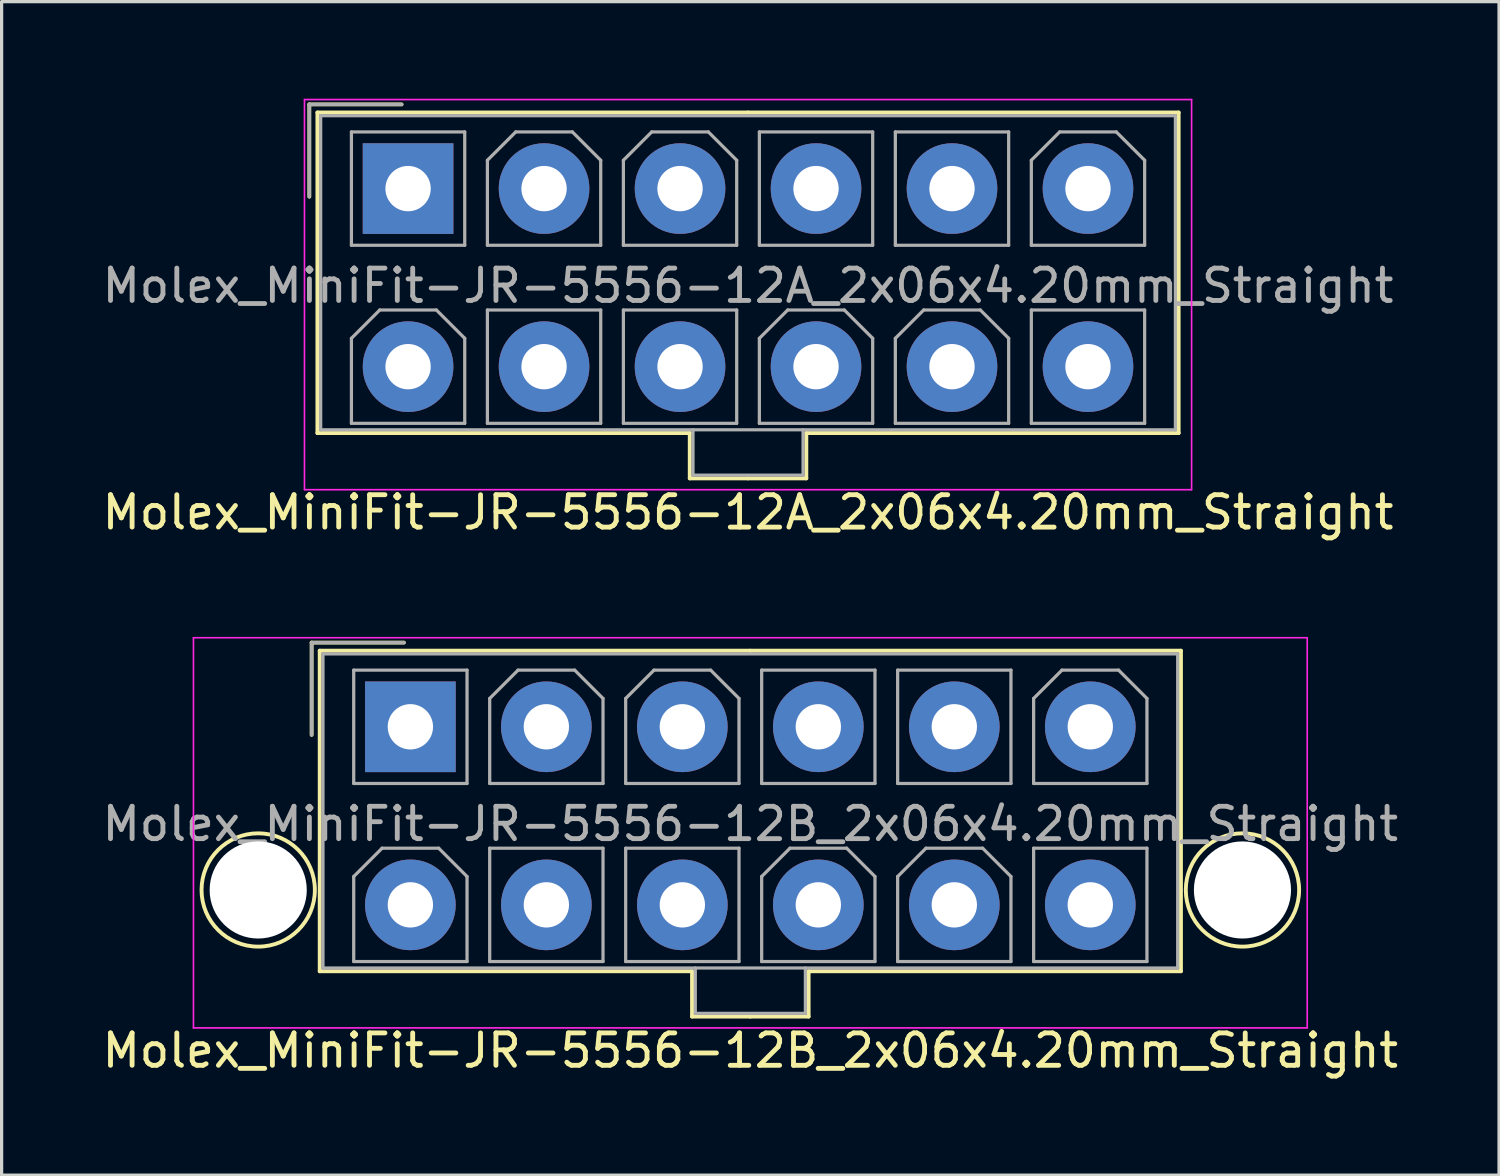
<source format=kicad_pcb>
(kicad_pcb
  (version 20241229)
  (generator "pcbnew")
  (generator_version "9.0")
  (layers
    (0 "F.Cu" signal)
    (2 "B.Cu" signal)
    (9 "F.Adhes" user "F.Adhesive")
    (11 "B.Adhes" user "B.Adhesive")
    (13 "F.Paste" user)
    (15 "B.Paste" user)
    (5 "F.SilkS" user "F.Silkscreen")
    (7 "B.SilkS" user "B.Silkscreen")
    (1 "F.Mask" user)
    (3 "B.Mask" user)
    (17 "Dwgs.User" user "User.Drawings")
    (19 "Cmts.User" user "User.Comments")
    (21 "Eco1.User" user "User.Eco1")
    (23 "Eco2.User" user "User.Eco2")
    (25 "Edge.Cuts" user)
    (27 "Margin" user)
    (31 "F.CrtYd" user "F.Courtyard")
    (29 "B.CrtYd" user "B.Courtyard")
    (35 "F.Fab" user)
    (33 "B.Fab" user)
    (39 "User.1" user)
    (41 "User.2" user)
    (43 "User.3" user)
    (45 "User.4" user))
  (footprint "Molex_MiniFit-JR-5556-12B_2x06x4.20mm_Straight"
    (layer "F.Cu")
    (at 9.625 19.398)
    (property "Reference" "Molex_MiniFit-JR-5556-12B_2x06x4.20mm_Straight" (at 10.5 10 0) (layer "F.SilkS") (effects (font (size 1 1) (thickness 0.15))))
    (attr through_hole)
    (fp_line (start -3.05 -2.6) (end -3.05 0.25) (stroke (width 0.12) (type solid)) (layer "F.SilkS"))
    (fp_line (start -2.8 -2.35) (end -2.8 7.55) (stroke (width 0.12) (type solid)) (layer "F.SilkS"))
    (fp_line (start -2.8 7.55) (end 8.7 7.55) (stroke (width 0.12) (type solid)) (layer "F.SilkS"))
    (fp_line (start -0.2 -2.6) (end -3.05 -2.6) (stroke (width 0.12) (type solid)) (layer "F.SilkS"))
    (fp_line (start 8.7 7.55) (end 8.7 8.95) (stroke (width 0.12) (type solid)) (layer "F.SilkS"))
    (fp_line (start 8.7 8.95) (end 10.5 8.95) (stroke (width 0.12) (type solid)) (layer "F.SilkS"))
    (fp_line (start 10.5 -2.35) (end -2.8 -2.35) (stroke (width 0.12) (type solid)) (layer "F.SilkS"))
    (fp_line (start 10.5 -2.35) (end 23.8 -2.35) (stroke (width 0.12) (type solid)) (layer "F.SilkS"))
    (fp_line (start 12.3 7.55) (end 12.3 8.95) (stroke (width 0.12) (type solid)) (layer "F.SilkS"))
    (fp_line (start 12.3 8.95) (end 10.5 8.95) (stroke (width 0.12) (type solid)) (layer "F.SilkS"))
    (fp_line (start 23.8 -2.35) (end 23.8 7.55) (stroke (width 0.12) (type solid)) (layer "F.SilkS"))
    (fp_line (start 23.8 7.55) (end 12.3 7.55) (stroke (width 0.12) (type solid)) (layer "F.SilkS"))
    (fp_circle (center -4.7 5.04) (end -2.95 5.04) (stroke (width 0.12) (type solid)) (fill no) (layer "F.SilkS"))
    (fp_circle (center 25.7 5.04) (end 27.45 5.04) (stroke (width 0.12) (type solid)) (fill no) (layer "F.SilkS"))
    (fp_line (start -6.7 -2.75) (end -6.7 9.3) (stroke (width 0.05) (type solid)) (layer "F.CrtYd"))
    (fp_line (start -6.7 9.3) (end 27.7 9.3) (stroke (width 0.05) (type solid)) (layer "F.CrtYd"))
    (fp_line (start 27.7 -2.75) (end -6.7 -2.75) (stroke (width 0.05) (type solid)) (layer "F.CrtYd"))
    (fp_line (start 27.7 9.3) (end 27.7 -2.75) (stroke (width 0.05) (type solid)) (layer "F.CrtYd"))
    (fp_line (start -3.05 -2.6) (end -3.05 0.25) (stroke (width 0.1) (type solid)) (layer "F.Fab"))
    (fp_line (start -2.7 -2.25) (end -2.7 7.45) (stroke (width 0.1) (type solid)) (layer "F.Fab"))
    (fp_line (start -2.7 7.45) (end 23.7 7.45) (stroke (width 0.1) (type solid)) (layer "F.Fab"))
    (fp_line (start -1.75 -1.75) (end -1.75 1.75) (stroke (width 0.1) (type solid)) (layer "F.Fab"))
    (fp_line (start -1.75 1.75) (end 1.75 1.75) (stroke (width 0.1) (type solid)) (layer "F.Fab"))
    (fp_line (start -1.75 4.625) (end -0.875 3.75) (stroke (width 0.1) (type solid)) (layer "F.Fab"))
    (fp_line (start -1.75 7.25) (end -1.75 4.625) (stroke (width 0.1) (type solid)) (layer "F.Fab"))
    (fp_line (start -0.875 3.75) (end 0.875 3.75) (stroke (width 0.1) (type solid)) (layer "F.Fab"))
    (fp_line (start -0.2 -2.6) (end -3.05 -2.6) (stroke (width 0.1) (type solid)) (layer "F.Fab"))
    (fp_line (start 0.875 3.75) (end 1.75 4.625) (stroke (width 0.1) (type solid)) (layer "F.Fab"))
    (fp_line (start 1.75 -1.75) (end -1.75 -1.75) (stroke (width 0.1) (type solid)) (layer "F.Fab"))
    (fp_line (start 1.75 1.75) (end 1.75 -1.75) (stroke (width 0.1) (type solid)) (layer "F.Fab"))
    (fp_line (start 1.75 4.625) (end 1.75 7.25) (stroke (width 0.1) (type solid)) (layer "F.Fab"))
    (fp_line (start 1.75 7.25) (end -1.75 7.25) (stroke (width 0.1) (type solid)) (layer "F.Fab"))
    (fp_line (start 2.45 -0.875) (end 3.325 -1.75) (stroke (width 0.1) (type solid)) (layer "F.Fab"))
    (fp_line (start 2.45 1.75) (end 2.45 -0.875) (stroke (width 0.1) (type solid)) (layer "F.Fab"))
    (fp_line (start 2.45 3.75) (end 2.45 7.25) (stroke (width 0.1) (type solid)) (layer "F.Fab"))
    (fp_line (start 2.45 7.25) (end 5.95 7.25) (stroke (width 0.1) (type solid)) (layer "F.Fab"))
    (fp_line (start 3.325 -1.75) (end 5.075 -1.75) (stroke (width 0.1) (type solid)) (layer "F.Fab"))
    (fp_line (start 5.075 -1.75) (end 5.95 -0.875) (stroke (width 0.1) (type solid)) (layer "F.Fab"))
    (fp_line (start 5.95 -0.875) (end 5.95 1.75) (stroke (width 0.1) (type solid)) (layer "F.Fab"))
    (fp_line (start 5.95 1.75) (end 2.45 1.75) (stroke (width 0.1) (type solid)) (layer "F.Fab"))
    (fp_line (start 5.95 3.75) (end 2.45 3.75) (stroke (width 0.1) (type solid)) (layer "F.Fab"))
    (fp_line (start 5.95 7.25) (end 5.95 3.75) (stroke (width 0.1) (type solid)) (layer "F.Fab"))
    (fp_line (start 6.65 -0.875) (end 7.525 -1.75) (stroke (width 0.1) (type solid)) (layer "F.Fab"))
    (fp_line (start 6.65 1.75) (end 6.65 -0.875) (stroke (width 0.1) (type solid)) (layer "F.Fab"))
    (fp_line (start 6.65 3.75) (end 6.65 7.25) (stroke (width 0.1) (type solid)) (layer "F.Fab"))
    (fp_line (start 6.65 7.25) (end 10.15 7.25) (stroke (width 0.1) (type solid)) (layer "F.Fab"))
    (fp_line (start 7.525 -1.75) (end 9.275 -1.75) (stroke (width 0.1) (type solid)) (layer "F.Fab"))
    (fp_line (start 8.8 7.45) (end 8.8 8.85) (stroke (width 0.1) (type solid)) (layer "F.Fab"))
    (fp_line (start 8.8 8.85) (end 12.2 8.85) (stroke (width 0.1) (type solid)) (layer "F.Fab"))
    (fp_line (start 9.275 -1.75) (end 10.15 -0.875) (stroke (width 0.1) (type solid)) (layer "F.Fab"))
    (fp_line (start 10.15 -0.875) (end 10.15 1.75) (stroke (width 0.1) (type solid)) (layer "F.Fab"))
    (fp_line (start 10.15 1.75) (end 6.65 1.75) (stroke (width 0.1) (type solid)) (layer "F.Fab"))
    (fp_line (start 10.15 3.75) (end 6.65 3.75) (stroke (width 0.1) (type solid)) (layer "F.Fab"))
    (fp_line (start 10.15 7.25) (end 10.15 3.75) (stroke (width 0.1) (type solid)) (layer "F.Fab"))
    (fp_line (start 10.85 -1.75) (end 10.85 1.75) (stroke (width 0.1) (type solid)) (layer "F.Fab"))
    (fp_line (start 10.85 1.75) (end 14.35 1.75) (stroke (width 0.1) (type solid)) (layer "F.Fab"))
    (fp_line (start 10.85 4.625) (end 11.725 3.75) (stroke (width 0.1) (type solid)) (layer "F.Fab"))
    (fp_line (start 10.85 7.25) (end 10.85 4.625) (stroke (width 0.1) (type solid)) (layer "F.Fab"))
    (fp_line (start 11.725 3.75) (end 13.475 3.75) (stroke (width 0.1) (type solid)) (layer "F.Fab"))
    (fp_line (start 12.2 8.85) (end 12.2 7.45) (stroke (width 0.1) (type solid)) (layer "F.Fab"))
    (fp_line (start 13.475 3.75) (end 14.35 4.625) (stroke (width 0.1) (type solid)) (layer "F.Fab"))
    (fp_line (start 14.35 -1.75) (end 10.85 -1.75) (stroke (width 0.1) (type solid)) (layer "F.Fab"))
    (fp_line (start 14.35 1.75) (end 14.35 -1.75) (stroke (width 0.1) (type solid)) (layer "F.Fab"))
    (fp_line (start 14.35 4.625) (end 14.35 7.25) (stroke (width 0.1) (type solid)) (layer "F.Fab"))
    (fp_line (start 14.35 7.25) (end 10.85 7.25) (stroke (width 0.1) (type solid)) (layer "F.Fab"))
    (fp_line (start 15.05 -1.75) (end 15.05 1.75) (stroke (width 0.1) (type solid)) (layer "F.Fab"))
    (fp_line (start 15.05 1.75) (end 18.55 1.75) (stroke (width 0.1) (type solid)) (layer "F.Fab"))
    (fp_line (start 15.05 4.625) (end 15.925 3.75) (stroke (width 0.1) (type solid)) (layer "F.Fab"))
    (fp_line (start 15.05 7.25) (end 15.05 4.625) (stroke (width 0.1) (type solid)) (layer "F.Fab"))
    (fp_line (start 15.925 3.75) (end 17.675 3.75) (stroke (width 0.1) (type solid)) (layer "F.Fab"))
    (fp_line (start 17.675 3.75) (end 18.55 4.625) (stroke (width 0.1) (type solid)) (layer "F.Fab"))
    (fp_line (start 18.55 -1.75) (end 15.05 -1.75) (stroke (width 0.1) (type solid)) (layer "F.Fab"))
    (fp_line (start 18.55 1.75) (end 18.55 -1.75) (stroke (width 0.1) (type solid)) (layer "F.Fab"))
    (fp_line (start 18.55 4.625) (end 18.55 7.25) (stroke (width 0.1) (type solid)) (layer "F.Fab"))
    (fp_line (start 18.55 7.25) (end 15.05 7.25) (stroke (width 0.1) (type solid)) (layer "F.Fab"))
    (fp_line (start 19.25 -0.875) (end 20.125 -1.75) (stroke (width 0.1) (type solid)) (layer "F.Fab"))
    (fp_line (start 19.25 1.75) (end 19.25 -0.875) (stroke (width 0.1) (type solid)) (layer "F.Fab"))
    (fp_line (start 19.25 3.75) (end 19.25 7.25) (stroke (width 0.1) (type solid)) (layer "F.Fab"))
    (fp_line (start 19.25 7.25) (end 22.75 7.25) (stroke (width 0.1) (type solid)) (layer "F.Fab"))
    (fp_line (start 20.125 -1.75) (end 21.875 -1.75) (stroke (width 0.1) (type solid)) (layer "F.Fab"))
    (fp_line (start 21.875 -1.75) (end 22.75 -0.875) (stroke (width 0.1) (type solid)) (layer "F.Fab"))
    (fp_line (start 22.75 -0.875) (end 22.75 1.75) (stroke (width 0.1) (type solid)) (layer "F.Fab"))
    (fp_line (start 22.75 1.75) (end 19.25 1.75) (stroke (width 0.1) (type solid)) (layer "F.Fab"))
    (fp_line (start 22.75 3.75) (end 19.25 3.75) (stroke (width 0.1) (type solid)) (layer "F.Fab"))
    (fp_line (start 22.75 7.25) (end 22.75 3.75) (stroke (width 0.1) (type solid)) (layer "F.Fab"))
    (fp_line (start 23.7 -2.25) (end -2.7 -2.25) (stroke (width 0.1) (type solid)) (layer "F.Fab"))
    (fp_line (start 23.7 7.45) (end 23.7 -2.25) (stroke (width 0.1) (type solid)) (layer "F.Fab"))
    (fp_text user "${REFERENCE}" (at 10.5 3 0) (layer "F.Fab") (effects (font (size 1 1) (thickness 0.15))))
    (pad "" np_thru_hole circle (at -4.7 5.04) (size 3 3) (drill 3) (layers "*.Cu" "*.Mask"))
    (pad "" np_thru_hole circle (at 25.7 5.04) (size 3 3) (drill 3) (layers "*.Cu" "*.Mask"))
    (pad "1" thru_hole rect (at 0 0) (size 2.8 2.8) (drill 1.4) (layers "*.Cu" "*.Mask"))
    (pad "2" thru_hole circle (at 4.2 0) (size 2.8 2.8) (drill 1.4) (layers "*.Cu" "*.Mask"))
    (pad "3" thru_hole circle (at 8.4 0) (size 2.8 2.8) (drill 1.4) (layers "*.Cu" "*.Mask"))
    (pad "4" thru_hole circle (at 12.6 0) (size 2.8 2.8) (drill 1.4) (layers "*.Cu" "*.Mask"))
    (pad "5" thru_hole circle (at 16.8 0) (size 2.8 2.8) (drill 1.4) (layers "*.Cu" "*.Mask"))
    (pad "6" thru_hole circle (at 21 0) (size 2.8 2.8) (drill 1.4) (layers "*.Cu" "*.Mask"))
    (pad "7" thru_hole circle (at 0 5.5) (size 2.8 2.8) (drill 1.4) (layers "*.Cu" "*.Mask"))
    (pad "8" thru_hole circle (at 4.2 5.5) (size 2.8 2.8) (drill 1.4) (layers "*.Cu" "*.Mask"))
    (pad "9" thru_hole circle (at 8.4 5.5) (size 2.8 2.8) (drill 1.4) (layers "*.Cu" "*.Mask"))
    (pad "10" thru_hole circle (at 12.6 5.5) (size 2.8 2.8) (drill 1.4) (layers "*.Cu" "*.Mask"))
    (pad "11" thru_hole circle (at 16.8 5.5) (size 2.8 2.8) (drill 1.4) (layers "*.Cu" "*.Mask"))
    (pad "12" thru_hole circle (at 21 5.5) (size 2.8 2.8) (drill 1.4) (layers "*.Cu" "*.Mask")))
  (footprint "Molex_MiniFit-JR-5556-12A_2x06x4.20mm_Straight"
    (layer "F.Cu")
    (at 9.554 2.775)
    (property "Reference" "Molex_MiniFit-JR-5556-12A_2x06x4.20mm_Straight" (at 10.5 10 0) (layer "F.SilkS") (effects (font (size 1 1) (thickness 0.15))))
    (attr through_hole)
    (fp_line (start -3.05 -2.6) (end -3.05 0.25) (stroke (width 0.12) (type solid)) (layer "F.SilkS"))
    (fp_line (start -2.8 -2.35) (end -2.8 7.55) (stroke (width 0.12) (type solid)) (layer "F.SilkS"))
    (fp_line (start -2.8 7.55) (end 8.7 7.55) (stroke (width 0.12) (type solid)) (layer "F.SilkS"))
    (fp_line (start -0.2 -2.6) (end -3.05 -2.6) (stroke (width 0.12) (type solid)) (layer "F.SilkS"))
    (fp_line (start 8.7 7.55) (end 8.7 8.95) (stroke (width 0.12) (type solid)) (layer "F.SilkS"))
    (fp_line (start 8.7 8.95) (end 10.5 8.95) (stroke (width 0.12) (type solid)) (layer "F.SilkS"))
    (fp_line (start 10.5 -2.35) (end -2.8 -2.35) (stroke (width 0.12) (type solid)) (layer "F.SilkS"))
    (fp_line (start 10.5 -2.35) (end 23.8 -2.35) (stroke (width 0.12) (type solid)) (layer "F.SilkS"))
    (fp_line (start 12.3 7.55) (end 12.3 8.95) (stroke (width 0.12) (type solid)) (layer "F.SilkS"))
    (fp_line (start 12.3 8.95) (end 10.5 8.95) (stroke (width 0.12) (type solid)) (layer "F.SilkS"))
    (fp_line (start 23.8 -2.35) (end 23.8 7.55) (stroke (width 0.12) (type solid)) (layer "F.SilkS"))
    (fp_line (start 23.8 7.55) (end 12.3 7.55) (stroke (width 0.12) (type solid)) (layer "F.SilkS"))
    (fp_line (start -3.2 -2.75) (end -3.2 9.3) (stroke (width 0.05) (type solid)) (layer "F.CrtYd"))
    (fp_line (start -3.2 9.3) (end 24.2 9.3) (stroke (width 0.05) (type solid)) (layer "F.CrtYd"))
    (fp_line (start 24.2 -2.75) (end -3.2 -2.75) (stroke (width 0.05) (type solid)) (layer "F.CrtYd"))
    (fp_line (start 24.2 9.3) (end 24.2 -2.75) (stroke (width 0.05) (type solid)) (layer "F.CrtYd"))
    (fp_line (start -3.05 -2.6) (end -3.05 0.25) (stroke (width 0.1) (type solid)) (layer "F.Fab"))
    (fp_line (start -2.7 -2.25) (end -2.7 7.45) (stroke (width 0.1) (type solid)) (layer "F.Fab"))
    (fp_line (start -2.7 7.45) (end 23.7 7.45) (stroke (width 0.1) (type solid)) (layer "F.Fab"))
    (fp_line (start -1.75 -1.75) (end -1.75 1.75) (stroke (width 0.1) (type solid)) (layer "F.Fab"))
    (fp_line (start -1.75 1.75) (end 1.75 1.75) (stroke (width 0.1) (type solid)) (layer "F.Fab"))
    (fp_line (start -1.75 4.625) (end -0.875 3.75) (stroke (width 0.1) (type solid)) (layer "F.Fab"))
    (fp_line (start -1.75 7.25) (end -1.75 4.625) (stroke (width 0.1) (type solid)) (layer "F.Fab"))
    (fp_line (start -0.875 3.75) (end 0.875 3.75) (stroke (width 0.1) (type solid)) (layer "F.Fab"))
    (fp_line (start -0.2 -2.6) (end -3.05 -2.6) (stroke (width 0.1) (type solid)) (layer "F.Fab"))
    (fp_line (start 0.875 3.75) (end 1.75 4.625) (stroke (width 0.1) (type solid)) (layer "F.Fab"))
    (fp_line (start 1.75 -1.75) (end -1.75 -1.75) (stroke (width 0.1) (type solid)) (layer "F.Fab"))
    (fp_line (start 1.75 1.75) (end 1.75 -1.75) (stroke (width 0.1) (type solid)) (layer "F.Fab"))
    (fp_line (start 1.75 4.625) (end 1.75 7.25) (stroke (width 0.1) (type solid)) (layer "F.Fab"))
    (fp_line (start 1.75 7.25) (end -1.75 7.25) (stroke (width 0.1) (type solid)) (layer "F.Fab"))
    (fp_line (start 2.45 -0.875) (end 3.325 -1.75) (stroke (width 0.1) (type solid)) (layer "F.Fab"))
    (fp_line (start 2.45 1.75) (end 2.45 -0.875) (stroke (width 0.1) (type solid)) (layer "F.Fab"))
    (fp_line (start 2.45 3.75) (end 2.45 7.25) (stroke (width 0.1) (type solid)) (layer "F.Fab"))
    (fp_line (start 2.45 7.25) (end 5.95 7.25) (stroke (width 0.1) (type solid)) (layer "F.Fab"))
    (fp_line (start 3.325 -1.75) (end 5.075 -1.75) (stroke (width 0.1) (type solid)) (layer "F.Fab"))
    (fp_line (start 5.075 -1.75) (end 5.95 -0.875) (stroke (width 0.1) (type solid)) (layer "F.Fab"))
    (fp_line (start 5.95 -0.875) (end 5.95 1.75) (stroke (width 0.1) (type solid)) (layer "F.Fab"))
    (fp_line (start 5.95 1.75) (end 2.45 1.75) (stroke (width 0.1) (type solid)) (layer "F.Fab"))
    (fp_line (start 5.95 3.75) (end 2.45 3.75) (stroke (width 0.1) (type solid)) (layer "F.Fab"))
    (fp_line (start 5.95 7.25) (end 5.95 3.75) (stroke (width 0.1) (type solid)) (layer "F.Fab"))
    (fp_line (start 6.65 -0.875) (end 7.525 -1.75) (stroke (width 0.1) (type solid)) (layer "F.Fab"))
    (fp_line (start 6.65 1.75) (end 6.65 -0.875) (stroke (width 0.1) (type solid)) (layer "F.Fab"))
    (fp_line (start 6.65 3.75) (end 6.65 7.25) (stroke (width 0.1) (type solid)) (layer "F.Fab"))
    (fp_line (start 6.65 7.25) (end 10.15 7.25) (stroke (width 0.1) (type solid)) (layer "F.Fab"))
    (fp_line (start 7.525 -1.75) (end 9.275 -1.75) (stroke (width 0.1) (type solid)) (layer "F.Fab"))
    (fp_line (start 8.8 7.45) (end 8.8 8.85) (stroke (width 0.1) (type solid)) (layer "F.Fab"))
    (fp_line (start 8.8 8.85) (end 12.2 8.85) (stroke (width 0.1) (type solid)) (layer "F.Fab"))
    (fp_line (start 9.275 -1.75) (end 10.15 -0.875) (stroke (width 0.1) (type solid)) (layer "F.Fab"))
    (fp_line (start 10.15 -0.875) (end 10.15 1.75) (stroke (width 0.1) (type solid)) (layer "F.Fab"))
    (fp_line (start 10.15 1.75) (end 6.65 1.75) (stroke (width 0.1) (type solid)) (layer "F.Fab"))
    (fp_line (start 10.15 3.75) (end 6.65 3.75) (stroke (width 0.1) (type solid)) (layer "F.Fab"))
    (fp_line (start 10.15 7.25) (end 10.15 3.75) (stroke (width 0.1) (type solid)) (layer "F.Fab"))
    (fp_line (start 10.85 -1.75) (end 10.85 1.75) (stroke (width 0.1) (type solid)) (layer "F.Fab"))
    (fp_line (start 10.85 1.75) (end 14.35 1.75) (stroke (width 0.1) (type solid)) (layer "F.Fab"))
    (fp_line (start 10.85 4.625) (end 11.725 3.75) (stroke (width 0.1) (type solid)) (layer "F.Fab"))
    (fp_line (start 10.85 7.25) (end 10.85 4.625) (stroke (width 0.1) (type solid)) (layer "F.Fab"))
    (fp_line (start 11.725 3.75) (end 13.475 3.75) (stroke (width 0.1) (type solid)) (layer "F.Fab"))
    (fp_line (start 12.2 8.85) (end 12.2 7.45) (stroke (width 0.1) (type solid)) (layer "F.Fab"))
    (fp_line (start 13.475 3.75) (end 14.35 4.625) (stroke (width 0.1) (type solid)) (layer "F.Fab"))
    (fp_line (start 14.35 -1.75) (end 10.85 -1.75) (stroke (width 0.1) (type solid)) (layer "F.Fab"))
    (fp_line (start 14.35 1.75) (end 14.35 -1.75) (stroke (width 0.1) (type solid)) (layer "F.Fab"))
    (fp_line (start 14.35 4.625) (end 14.35 7.25) (stroke (width 0.1) (type solid)) (layer "F.Fab"))
    (fp_line (start 14.35 7.25) (end 10.85 7.25) (stroke (width 0.1) (type solid)) (layer "F.Fab"))
    (fp_line (start 15.05 -1.75) (end 15.05 1.75) (stroke (width 0.1) (type solid)) (layer "F.Fab"))
    (fp_line (start 15.05 1.75) (end 18.55 1.75) (stroke (width 0.1) (type solid)) (layer "F.Fab"))
    (fp_line (start 15.05 4.625) (end 15.925 3.75) (stroke (width 0.1) (type solid)) (layer "F.Fab"))
    (fp_line (start 15.05 7.25) (end 15.05 4.625) (stroke (width 0.1) (type solid)) (layer "F.Fab"))
    (fp_line (start 15.925 3.75) (end 17.675 3.75) (stroke (width 0.1) (type solid)) (layer "F.Fab"))
    (fp_line (start 17.675 3.75) (end 18.55 4.625) (stroke (width 0.1) (type solid)) (layer "F.Fab"))
    (fp_line (start 18.55 -1.75) (end 15.05 -1.75) (stroke (width 0.1) (type solid)) (layer "F.Fab"))
    (fp_line (start 18.55 1.75) (end 18.55 -1.75) (stroke (width 0.1) (type solid)) (layer "F.Fab"))
    (fp_line (start 18.55 4.625) (end 18.55 7.25) (stroke (width 0.1) (type solid)) (layer "F.Fab"))
    (fp_line (start 18.55 7.25) (end 15.05 7.25) (stroke (width 0.1) (type solid)) (layer "F.Fab"))
    (fp_line (start 19.25 -0.875) (end 20.125 -1.75) (stroke (width 0.1) (type solid)) (layer "F.Fab"))
    (fp_line (start 19.25 1.75) (end 19.25 -0.875) (stroke (width 0.1) (type solid)) (layer "F.Fab"))
    (fp_line (start 19.25 3.75) (end 19.25 7.25) (stroke (width 0.1) (type solid)) (layer "F.Fab"))
    (fp_line (start 19.25 7.25) (end 22.75 7.25) (stroke (width 0.1) (type solid)) (layer "F.Fab"))
    (fp_line (start 20.125 -1.75) (end 21.875 -1.75) (stroke (width 0.1) (type solid)) (layer "F.Fab"))
    (fp_line (start 21.875 -1.75) (end 22.75 -0.875) (stroke (width 0.1) (type solid)) (layer "F.Fab"))
    (fp_line (start 22.75 -0.875) (end 22.75 1.75) (stroke (width 0.1) (type solid)) (layer "F.Fab"))
    (fp_line (start 22.75 1.75) (end 19.25 1.75) (stroke (width 0.1) (type solid)) (layer "F.Fab"))
    (fp_line (start 22.75 3.75) (end 19.25 3.75) (stroke (width 0.1) (type solid)) (layer "F.Fab"))
    (fp_line (start 22.75 7.25) (end 22.75 3.75) (stroke (width 0.1) (type solid)) (layer "F.Fab"))
    (fp_line (start 23.7 -2.25) (end -2.7 -2.25) (stroke (width 0.1) (type solid)) (layer "F.Fab"))
    (fp_line (start 23.7 7.45) (end 23.7 -2.25) (stroke (width 0.1) (type solid)) (layer "F.Fab"))
    (fp_text user "${REFERENCE}" (at 10.5 3 0) (layer "F.Fab") (effects (font (size 1 1) (thickness 0.15))))
    (pad "1" thru_hole rect (at 0 0) (size 2.8 2.8) (drill 1.4) (layers "*.Cu" "*.Mask"))
    (pad "2" thru_hole circle (at 4.2 0) (size 2.8 2.8) (drill 1.4) (layers "*.Cu" "*.Mask"))
    (pad "3" thru_hole circle (at 8.4 0) (size 2.8 2.8) (drill 1.4) (layers "*.Cu" "*.Mask"))
    (pad "4" thru_hole circle (at 12.6 0) (size 2.8 2.8) (drill 1.4) (layers "*.Cu" "*.Mask"))
    (pad "5" thru_hole circle (at 16.8 0) (size 2.8 2.8) (drill 1.4) (layers "*.Cu" "*.Mask"))
    (pad "6" thru_hole circle (at 21 0) (size 2.8 2.8) (drill 1.4) (layers "*.Cu" "*.Mask"))
    (pad "7" thru_hole circle (at 0 5.5) (size 2.8 2.8) (drill 1.4) (layers "*.Cu" "*.Mask"))
    (pad "8" thru_hole circle (at 4.2 5.5) (size 2.8 2.8) (drill 1.4) (layers "*.Cu" "*.Mask"))
    (pad "9" thru_hole circle (at 8.4 5.5) (size 2.8 2.8) (drill 1.4) (layers "*.Cu" "*.Mask"))
    (pad "10" thru_hole circle (at 12.6 5.5) (size 2.8 2.8) (drill 1.4) (layers "*.Cu" "*.Mask"))
    (pad "11" thru_hole circle (at 16.8 5.5) (size 2.8 2.8) (drill 1.4) (layers "*.Cu" "*.Mask"))
    (pad "12" thru_hole circle (at 21 5.5) (size 2.8 2.8) (drill 1.4) (layers "*.Cu" "*.Mask")))
  (gr_rect
    (start -3 -3)
    (end 43.25 33.246)
    (stroke (width 0.1) (type default))
    (fill no)
    (layer "Edge.Cuts")))
</source>
